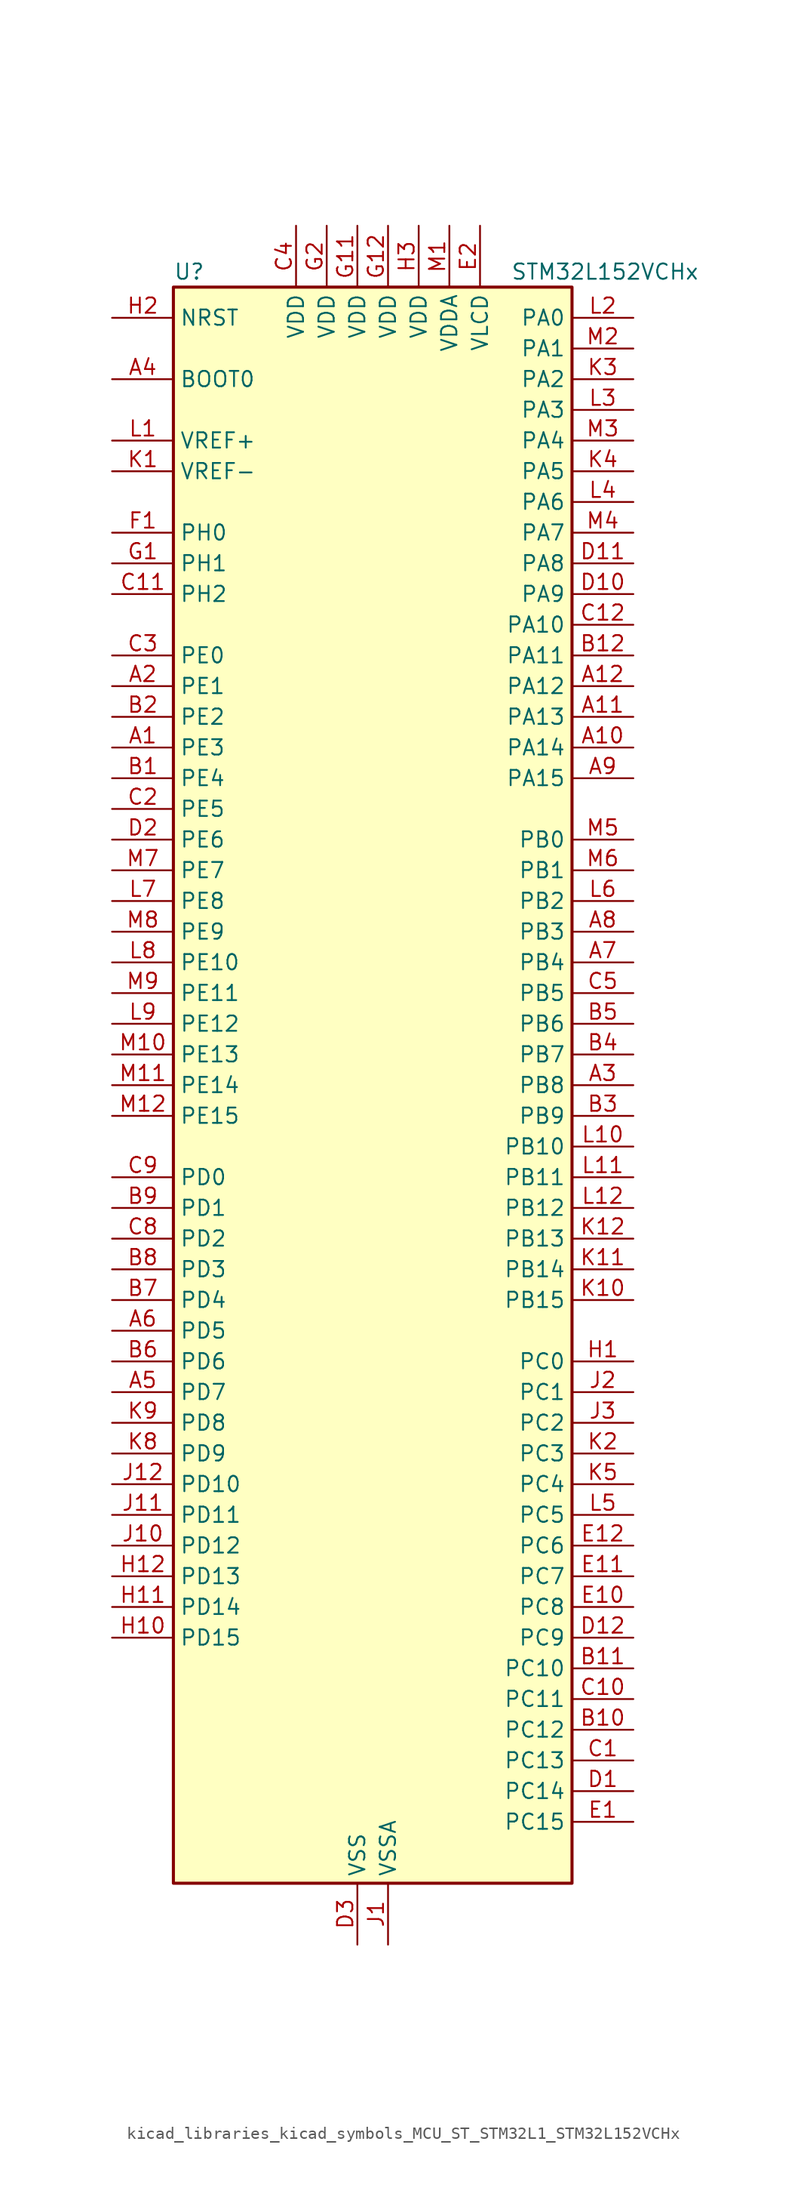
<source format=kicad_sym>
(kicad_symbol_lib
  (version 20220914)
  (generator kicad_symbol_editor)
  (symbol "kicad_libraries_kicad_symbols_MCU_ST_STM32L1_STM32L152VCHx"
    (property "Reference" "U"
      (at -15.24 67.31 0)
      (effects (font (size 1.27 1.27)) (justify left)))
    (property "Value" "STM32L152VCHx"
      (at 12.7 67.31 0)
      (effects (font (size 1.27 1.27)) (justify left)))
    (property "ki_locked" ""
      (at 0 0 0)
      (effects (font (size 1.27 1.27))))
    (symbol "kicad_libraries_kicad_symbols_MCU_ST_STM32L1_STM32L152VCHx_0_1"
      (rectangle (start -15.24 -66.04) (end 17.78 66.04) (stroke (width 0.254) (type default)) (fill (type background))))
    (symbol "kicad_libraries_kicad_symbols_MCU_ST_STM32L1_STM32L152VCHx_1_1"
      (pin bidirectional line (at -20.32 27.94 0) (length 5.08) (name "PE3" (effects (font (size 1.27 1.27)))) (number "A1" (effects (font (size 1.27 1.27)))) (alternate "LCD_SEG39" bidirectional line) (alternate "SYS_TRACED0" bidirectional line) (alternate "TIM3_CH1" bidirectional line) (alternate "TIMX_IC4" bidirectional line))
      (pin bidirectional line (at 22.86 27.94 180) (length 5.08) (name "PA14" (effects (font (size 1.27 1.27)))) (number "A10" (effects (font (size 1.27 1.27)))) (alternate "SYS_JTCK-SWCLK" bidirectional line) (alternate "TIMX_IC3" bidirectional line) (alternate "TS_G5_IO2" bidirectional line))
      (pin bidirectional line (at 22.86 30.48 180) (length 5.08) (name "PA13" (effects (font (size 1.27 1.27)))) (number "A11" (effects (font (size 1.27 1.27)))) (alternate "SYS_JTMS-SWDIO" bidirectional line) (alternate "TIMX_IC2" bidirectional line) (alternate "TS_G5_IO1" bidirectional line))
      (pin bidirectional line (at 22.86 33.02 180) (length 5.08) (name "PA12" (effects (font (size 1.27 1.27)))) (number "A12" (effects (font (size 1.27 1.27)))) (alternate "SPI1_MOSI" bidirectional line) (alternate "TIMX_IC1" bidirectional line) (alternate "USART1_RTS" bidirectional line) (alternate "USB_DP" bidirectional line))
      (pin bidirectional line (at -20.32 33.02 0) (length 5.08) (name "PE1" (effects (font (size 1.27 1.27)))) (number "A2" (effects (font (size 1.27 1.27)))) (alternate "LCD_SEG37" bidirectional line) (alternate "TIM11_CH1" bidirectional line) (alternate "TIMX_IC2" bidirectional line))
      (pin bidirectional line (at 22.86 0 180) (length 5.08) (name "PB8" (effects (font (size 1.27 1.27)))) (number "A3" (effects (font (size 1.27 1.27)))) (alternate "I2C1_SCL" bidirectional line) (alternate "LCD_SEG16" bidirectional line) (alternate "TIM10_CH1" bidirectional line) (alternate "TIM4_CH3" bidirectional line))
      (pin input line (at -20.32 58.42 0) (length 5.08) (name "BOOT0" (effects (font (size 1.27 1.27)))) (number "A4" (effects (font (size 1.27 1.27)))))
      (pin bidirectional line (at -20.32 -25.4 0) (length 5.08) (name "PD7" (effects (font (size 1.27 1.27)))) (number "A5" (effects (font (size 1.27 1.27)))) (alternate "TIM9_CH2" bidirectional line) (alternate "TIMX_IC4" bidirectional line) (alternate "USART2_CK" bidirectional line))
      (pin bidirectional line (at -20.32 -20.32 0) (length 5.08) (name "PD5" (effects (font (size 1.27 1.27)))) (number "A6" (effects (font (size 1.27 1.27)))) (alternate "TIMX_IC2" bidirectional line) (alternate "USART2_TX" bidirectional line))
      (pin bidirectional line (at 22.86 10.16 180) (length 5.08) (name "PB4" (effects (font (size 1.27 1.27)))) (number "A7" (effects (font (size 1.27 1.27)))) (alternate "COMP2_INP" bidirectional line) (alternate "LCD_SEG8" bidirectional line) (alternate "SPI1_MISO" bidirectional line) (alternate "SPI3_MISO" bidirectional line) (alternate "SYS_JTRST" bidirectional line) (alternate "TIM3_CH1" bidirectional line) (alternate "TS_G6_IO1" bidirectional line))
      (pin bidirectional line (at 22.86 12.7 180) (length 5.08) (name "PB3" (effects (font (size 1.27 1.27)))) (number "A8" (effects (font (size 1.27 1.27)))) (alternate "COMP2_INM" bidirectional line) (alternate "I2S3_CK" bidirectional line) (alternate "LCD_SEG7" bidirectional line) (alternate "SPI1_SCK" bidirectional line) (alternate "SPI3_SCK" bidirectional line) (alternate "SYS_JTDO-TRACESWO" bidirectional line) (alternate "TIM2_CH2" bidirectional line))
      (pin bidirectional line (at 22.86 25.4 180) (length 5.08) (name "PA15" (effects (font (size 1.27 1.27)))) (number "A9" (effects (font (size 1.27 1.27)))) (alternate "ADC_EXTI15" bidirectional line) (alternate "I2S3_WS" bidirectional line) (alternate "LCD_SEG17" bidirectional line) (alternate "SPI1_NSS" bidirectional line) (alternate "SPI3_NSS" bidirectional line) (alternate "SYS_JTDI" bidirectional line) (alternate "TIM2_CH1" bidirectional line) (alternate "TIM2_ETR" bidirectional line) (alternate "TIMX_IC4" bidirectional line) (alternate "TS_G5_IO3" bidirectional line))
      (pin bidirectional line (at -20.32 25.4 0) (length 5.08) (name "PE4" (effects (font (size 1.27 1.27)))) (number "B1" (effects (font (size 1.27 1.27)))) (alternate "SYS_TRACED1" bidirectional line) (alternate "TIM3_CH2" bidirectional line) (alternate "TIMX_IC1" bidirectional line))
      (pin bidirectional line (at 22.86 -53.34 180) (length 5.08) (name "PC12" (effects (font (size 1.27 1.27)))) (number "B10" (effects (font (size 1.27 1.27)))) (alternate "I2S3_SD" bidirectional line) (alternate "LCD_COM6" bidirectional line) (alternate "LCD_SEG30" bidirectional line) (alternate "LCD_SEG42" bidirectional line) (alternate "SPI3_MOSI" bidirectional line) (alternate "TIMX_IC1" bidirectional line) (alternate "USART3_CK" bidirectional line))
      (pin bidirectional line (at 22.86 -48.26 180) (length 5.08) (name "PC10" (effects (font (size 1.27 1.27)))) (number "B11" (effects (font (size 1.27 1.27)))) (alternate "I2S3_CK" bidirectional line) (alternate "LCD_COM4" bidirectional line) (alternate "LCD_SEG28" bidirectional line) (alternate "LCD_SEG40" bidirectional line) (alternate "SPI3_SCK" bidirectional line) (alternate "TIMX_IC3" bidirectional line) (alternate "USART3_TX" bidirectional line))
      (pin bidirectional line (at 22.86 35.56 180) (length 5.08) (name "PA11" (effects (font (size 1.27 1.27)))) (number "B12" (effects (font (size 1.27 1.27)))) (alternate "ADC_EXTI11" bidirectional line) (alternate "SPI1_MISO" bidirectional line) (alternate "TIMX_IC4" bidirectional line) (alternate "USART1_CTS" bidirectional line) (alternate "USB_DM" bidirectional line))
      (pin bidirectional line (at -20.32 30.48 0) (length 5.08) (name "PE2" (effects (font (size 1.27 1.27)))) (number "B2" (effects (font (size 1.27 1.27)))) (alternate "LCD_SEG38" bidirectional line) (alternate "SYS_TRACECK" bidirectional line) (alternate "TIM3_ETR" bidirectional line) (alternate "TIMX_IC3" bidirectional line))
      (pin bidirectional line (at 22.86 -2.54 180) (length 5.08) (name "PB9" (effects (font (size 1.27 1.27)))) (number "B3" (effects (font (size 1.27 1.27)))) (alternate "DAC_EXTI9" bidirectional line) (alternate "I2C1_SDA" bidirectional line) (alternate "LCD_COM3" bidirectional line) (alternate "TIM11_CH1" bidirectional line) (alternate "TIM4_CH4" bidirectional line))
      (pin bidirectional line (at 22.86 2.54 180) (length 5.08) (name "PB7" (effects (font (size 1.27 1.27)))) (number "B4" (effects (font (size 1.27 1.27)))) (alternate "COMP2_INP" bidirectional line) (alternate "I2C1_SDA" bidirectional line) (alternate "SYS_PVD_IN" bidirectional line) (alternate "TIM4_CH2" bidirectional line) (alternate "TS_G6_IO4" bidirectional line) (alternate "USART1_RX" bidirectional line))
      (pin bidirectional line (at 22.86 5.08 180) (length 5.08) (name "PB6" (effects (font (size 1.27 1.27)))) (number "B5" (effects (font (size 1.27 1.27)))) (alternate "COMP2_INP" bidirectional line) (alternate "I2C1_SCL" bidirectional line) (alternate "TIM4_CH1" bidirectional line) (alternate "TS_G6_IO3" bidirectional line) (alternate "USART1_TX" bidirectional line))
      (pin bidirectional line (at -20.32 -22.86 0) (length 5.08) (name "PD6" (effects (font (size 1.27 1.27)))) (number "B6" (effects (font (size 1.27 1.27)))) (alternate "TIMX_IC3" bidirectional line) (alternate "USART2_RX" bidirectional line))
      (pin bidirectional line (at -20.32 -17.78 0) (length 5.08) (name "PD4" (effects (font (size 1.27 1.27)))) (number "B7" (effects (font (size 1.27 1.27)))) (alternate "I2S2_SD" bidirectional line) (alternate "SPI2_MOSI" bidirectional line) (alternate "TIMX_IC1" bidirectional line) (alternate "USART2_RTS" bidirectional line))
      (pin bidirectional line (at -20.32 -15.24 0) (length 5.08) (name "PD3" (effects (font (size 1.27 1.27)))) (number "B8" (effects (font (size 1.27 1.27)))) (alternate "SPI2_MISO" bidirectional line) (alternate "TIMX_IC4" bidirectional line) (alternate "USART2_CTS" bidirectional line))
      (pin bidirectional line (at -20.32 -10.16 0) (length 5.08) (name "PD1" (effects (font (size 1.27 1.27)))) (number "B9" (effects (font (size 1.27 1.27)))) (alternate "I2S2_CK" bidirectional line) (alternate "SPI2_SCK" bidirectional line) (alternate "TIMX_IC2" bidirectional line))
      (pin bidirectional line (at 22.86 -55.88 180) (length 5.08) (name "PC13" (effects (font (size 1.27 1.27)))) (number "C1" (effects (font (size 1.27 1.27)))) (alternate "RTC_OUT_ALARM" bidirectional line) (alternate "RTC_OUT_CALIB" bidirectional line) (alternate "RTC_TAMP1" bidirectional line) (alternate "RTC_TS" bidirectional line) (alternate "SYS_WKUP2" bidirectional line) (alternate "TIMX_IC2" bidirectional line))
      (pin bidirectional line (at 22.86 -50.8 180) (length 5.08) (name "PC11" (effects (font (size 1.27 1.27)))) (number "C10" (effects (font (size 1.27 1.27)))) (alternate "ADC_EXTI11" bidirectional line) (alternate "LCD_COM5" bidirectional line) (alternate "LCD_SEG29" bidirectional line) (alternate "LCD_SEG41" bidirectional line) (alternate "SPI3_MISO" bidirectional line) (alternate "TIMX_IC4" bidirectional line) (alternate "USART3_RX" bidirectional line))
      (pin bidirectional line (at -20.32 40.64 0) (length 5.08) (name "PH2" (effects (font (size 1.27 1.27)))) (number "C11" (effects (font (size 1.27 1.27)))))
      (pin bidirectional line (at 22.86 38.1 180) (length 5.08) (name "PA10" (effects (font (size 1.27 1.27)))) (number "C12" (effects (font (size 1.27 1.27)))) (alternate "LCD_COM2" bidirectional line) (alternate "TIMX_IC3" bidirectional line) (alternate "TS_G4_IO3" bidirectional line) (alternate "USART1_RX" bidirectional line))
      (pin bidirectional line (at -20.32 22.86 0) (length 5.08) (name "PE5" (effects (font (size 1.27 1.27)))) (number "C2" (effects (font (size 1.27 1.27)))) (alternate "SYS_TRACED2" bidirectional line) (alternate "TIM9_CH1" bidirectional line) (alternate "TIMX_IC2" bidirectional line))
      (pin bidirectional line (at -20.32 35.56 0) (length 5.08) (name "PE0" (effects (font (size 1.27 1.27)))) (number "C3" (effects (font (size 1.27 1.27)))) (alternate "LCD_SEG36" bidirectional line) (alternate "TIM10_CH1" bidirectional line) (alternate "TIM4_ETR" bidirectional line) (alternate "TIMX_IC1" bidirectional line))
      (pin power_in line (at -5.08 71.12 270) (length 5.08) (name "VDD" (effects (font (size 1.27 1.27)))) (number "C4" (effects (font (size 1.27 1.27)))))
      (pin bidirectional line (at 22.86 7.62 180) (length 5.08) (name "PB5" (effects (font (size 1.27 1.27)))) (number "C5" (effects (font (size 1.27 1.27)))) (alternate "COMP2_INP" bidirectional line) (alternate "I2C1_SMBA" bidirectional line) (alternate "I2S3_SD" bidirectional line) (alternate "LCD_SEG9" bidirectional line) (alternate "SPI1_MOSI" bidirectional line) (alternate "SPI3_MOSI" bidirectional line) (alternate "TIM3_CH2" bidirectional line) (alternate "TS_G6_IO2" bidirectional line))
      (pin bidirectional line (at -20.32 -12.7 0) (length 5.08) (name "PD2" (effects (font (size 1.27 1.27)))) (number "C8" (effects (font (size 1.27 1.27)))) (alternate "LCD_COM7" bidirectional line) (alternate "LCD_SEG31" bidirectional line) (alternate "LCD_SEG43" bidirectional line) (alternate "TIM3_ETR" bidirectional line) (alternate "TIMX_IC3" bidirectional line))
      (pin bidirectional line (at -20.32 -7.62 0) (length 5.08) (name "PD0" (effects (font (size 1.27 1.27)))) (number "C9" (effects (font (size 1.27 1.27)))) (alternate "I2S2_WS" bidirectional line) (alternate "SPI2_NSS" bidirectional line) (alternate "TIM9_CH1" bidirectional line) (alternate "TIMX_IC1" bidirectional line))
      (pin bidirectional line (at 22.86 -58.42 180) (length 5.08) (name "PC14" (effects (font (size 1.27 1.27)))) (number "D1" (effects (font (size 1.27 1.27)))) (alternate "RCC_OSC32_IN" bidirectional line) (alternate "TIMX_IC3" bidirectional line))
      (pin bidirectional line (at 22.86 40.64 180) (length 5.08) (name "PA9" (effects (font (size 1.27 1.27)))) (number "D10" (effects (font (size 1.27 1.27)))) (alternate "DAC_EXTI9" bidirectional line) (alternate "LCD_COM1" bidirectional line) (alternate "TIMX_IC2" bidirectional line) (alternate "TS_G4_IO2" bidirectional line) (alternate "USART1_TX" bidirectional line))
      (pin bidirectional line (at 22.86 43.18 180) (length 5.08) (name "PA8" (effects (font (size 1.27 1.27)))) (number "D11" (effects (font (size 1.27 1.27)))) (alternate "LCD_COM0" bidirectional line) (alternate "RCC_MCO" bidirectional line) (alternate "TIMX_IC1" bidirectional line) (alternate "TS_G4_IO1" bidirectional line) (alternate "USART1_CK" bidirectional line))
      (pin bidirectional line (at 22.86 -45.72 180) (length 5.08) (name "PC9" (effects (font (size 1.27 1.27)))) (number "D12" (effects (font (size 1.27 1.27)))) (alternate "DAC_EXTI9" bidirectional line) (alternate "LCD_SEG27" bidirectional line) (alternate "TIM3_CH4" bidirectional line) (alternate "TIMX_IC2" bidirectional line) (alternate "TS_G10_IO4" bidirectional line))
      (pin bidirectional line (at -20.32 20.32 0) (length 5.08) (name "PE6" (effects (font (size 1.27 1.27)))) (number "D2" (effects (font (size 1.27 1.27)))) (alternate "RTC_TAMP3" bidirectional line) (alternate "SYS_TRACED3" bidirectional line) (alternate "SYS_WKUP3" bidirectional line) (alternate "TIM9_CH2" bidirectional line) (alternate "TIMX_IC3" bidirectional line))
      (pin power_in line (at 0 -71.12 90) (length 5.08) (name "VSS" (effects (font (size 1.27 1.27)))) (number "D3" (effects (font (size 1.27 1.27)))))
      (pin bidirectional line (at 22.86 -60.96 180) (length 5.08) (name "PC15" (effects (font (size 1.27 1.27)))) (number "E1" (effects (font (size 1.27 1.27)))) (alternate "ADC_EXTI15" bidirectional line) (alternate "RCC_OSC32_OUT" bidirectional line) (alternate "TIMX_IC4" bidirectional line))
      (pin bidirectional line (at 22.86 -43.18 180) (length 5.08) (name "PC8" (effects (font (size 1.27 1.27)))) (number "E10" (effects (font (size 1.27 1.27)))) (alternate "LCD_SEG26" bidirectional line) (alternate "TIM3_CH3" bidirectional line) (alternate "TIMX_IC1" bidirectional line) (alternate "TS_G10_IO3" bidirectional line))
      (pin bidirectional line (at 22.86 -40.64 180) (length 5.08) (name "PC7" (effects (font (size 1.27 1.27)))) (number "E11" (effects (font (size 1.27 1.27)))) (alternate "I2S3_MCK" bidirectional line) (alternate "LCD_SEG25" bidirectional line) (alternate "TIM3_CH2" bidirectional line) (alternate "TIMX_IC4" bidirectional line) (alternate "TS_G10_IO2" bidirectional line))
      (pin bidirectional line (at 22.86 -38.1 180) (length 5.08) (name "PC6" (effects (font (size 1.27 1.27)))) (number "E12" (effects (font (size 1.27 1.27)))) (alternate "I2S2_MCK" bidirectional line) (alternate "LCD_SEG24" bidirectional line) (alternate "TIM3_CH1" bidirectional line) (alternate "TIMX_IC3" bidirectional line) (alternate "TS_G10_IO1" bidirectional line))
      (pin power_in line (at 10.16 71.12 270) (length 5.08) (name "VLCD" (effects (font (size 1.27 1.27)))) (number "E2" (effects (font (size 1.27 1.27)))))
      (pin passive line (at 0 -71.12 90) (length 5.08) hide (name "VSS" (effects (font (size 1.27 1.27)))) (number "E3" (effects (font (size 1.27 1.27)))))
      (pin bidirectional line (at -20.32 45.72 0) (length 5.08) (name "PH0" (effects (font (size 1.27 1.27)))) (number "F1" (effects (font (size 1.27 1.27)))) (alternate "RCC_OSC_IN" bidirectional line))
      (pin passive line (at 0 -71.12 90) (length 5.08) hide (name "VSS" (effects (font (size 1.27 1.27)))) (number "F11" (effects (font (size 1.27 1.27)))))
      (pin passive line (at 0 -71.12 90) (length 5.08) hide (name "VSS" (effects (font (size 1.27 1.27)))) (number "F12" (effects (font (size 1.27 1.27)))))
      (pin passive line (at 0 -71.12 90) (length 5.08) hide (name "VSS" (effects (font (size 1.27 1.27)))) (number "F2" (effects (font (size 1.27 1.27)))))
      (pin bidirectional line (at -20.32 43.18 0) (length 5.08) (name "PH1" (effects (font (size 1.27 1.27)))) (number "G1" (effects (font (size 1.27 1.27)))) (alternate "RCC_OSC_OUT" bidirectional line))
      (pin power_in line (at 0 71.12 270) (length 5.08) (name "VDD" (effects (font (size 1.27 1.27)))) (number "G11" (effects (font (size 1.27 1.27)))))
      (pin power_in line (at 2.54 71.12 270) (length 5.08) (name "VDD" (effects (font (size 1.27 1.27)))) (number "G12" (effects (font (size 1.27 1.27)))))
      (pin power_in line (at -2.54 71.12 270) (length 5.08) (name "VDD" (effects (font (size 1.27 1.27)))) (number "G2" (effects (font (size 1.27 1.27)))))
      (pin bidirectional line (at 22.86 -22.86 180) (length 5.08) (name "PC0" (effects (font (size 1.27 1.27)))) (number "H1" (effects (font (size 1.27 1.27)))) (alternate "ADC_IN10" bidirectional line) (alternate "COMP1_INP" bidirectional line) (alternate "LCD_SEG18" bidirectional line) (alternate "TIMX_IC1" bidirectional line) (alternate "TS_G8_IO1" bidirectional line))
      (pin bidirectional line (at -20.32 -45.72 0) (length 5.08) (name "PD15" (effects (font (size 1.27 1.27)))) (number "H10" (effects (font (size 1.27 1.27)))) (alternate "ADC_EXTI15" bidirectional line) (alternate "LCD_SEG35" bidirectional line) (alternate "TIM4_CH4" bidirectional line) (alternate "TIMX_IC4" bidirectional line))
      (pin bidirectional line (at -20.32 -43.18 0) (length 5.08) (name "PD14" (effects (font (size 1.27 1.27)))) (number "H11" (effects (font (size 1.27 1.27)))) (alternate "LCD_SEG34" bidirectional line) (alternate "TIM4_CH3" bidirectional line) (alternate "TIMX_IC3" bidirectional line))
      (pin bidirectional line (at -20.32 -40.64 0) (length 5.08) (name "PD13" (effects (font (size 1.27 1.27)))) (number "H12" (effects (font (size 1.27 1.27)))) (alternate "LCD_SEG33" bidirectional line) (alternate "TIM4_CH2" bidirectional line) (alternate "TIMX_IC2" bidirectional line))
      (pin input line (at -20.32 63.5 0) (length 5.08) (name "NRST" (effects (font (size 1.27 1.27)))) (number "H2" (effects (font (size 1.27 1.27)))))
      (pin power_in line (at 5.08 71.12 270) (length 5.08) (name "VDD" (effects (font (size 1.27 1.27)))) (number "H3" (effects (font (size 1.27 1.27)))))
      (pin power_in line (at 2.54 -71.12 90) (length 5.08) (name "VSSA" (effects (font (size 1.27 1.27)))) (number "J1" (effects (font (size 1.27 1.27)))))
      (pin bidirectional line (at -20.32 -38.1 0) (length 5.08) (name "PD12" (effects (font (size 1.27 1.27)))) (number "J10" (effects (font (size 1.27 1.27)))) (alternate "LCD_SEG32" bidirectional line) (alternate "TIM4_CH1" bidirectional line) (alternate "TIMX_IC1" bidirectional line) (alternate "USART3_RTS" bidirectional line))
      (pin bidirectional line (at -20.32 -35.56 0) (length 5.08) (name "PD11" (effects (font (size 1.27 1.27)))) (number "J11" (effects (font (size 1.27 1.27)))) (alternate "ADC_EXTI11" bidirectional line) (alternate "LCD_SEG31" bidirectional line) (alternate "TIMX_IC4" bidirectional line) (alternate "USART3_CTS" bidirectional line))
      (pin bidirectional line (at -20.32 -33.02 0) (length 5.08) (name "PD10" (effects (font (size 1.27 1.27)))) (number "J12" (effects (font (size 1.27 1.27)))) (alternate "LCD_SEG30" bidirectional line) (alternate "TIMX_IC3" bidirectional line) (alternate "USART3_CK" bidirectional line))
      (pin bidirectional line (at 22.86 -25.4 180) (length 5.08) (name "PC1" (effects (font (size 1.27 1.27)))) (number "J2" (effects (font (size 1.27 1.27)))) (alternate "ADC_IN11" bidirectional line) (alternate "COMP1_INP" bidirectional line) (alternate "LCD_SEG19" bidirectional line) (alternate "TIMX_IC2" bidirectional line) (alternate "TS_G8_IO2" bidirectional line))
      (pin bidirectional line (at 22.86 -27.94 180) (length 5.08) (name "PC2" (effects (font (size 1.27 1.27)))) (number "J3" (effects (font (size 1.27 1.27)))) (alternate "ADC_IN12" bidirectional line) (alternate "COMP1_INP" bidirectional line) (alternate "LCD_SEG20" bidirectional line) (alternate "TIMX_IC3" bidirectional line) (alternate "TS_G8_IO3" bidirectional line))
      (pin input line (at -20.32 50.8 0) (length 5.08) (name "VREF-" (effects (font (size 1.27 1.27)))) (number "K1" (effects (font (size 1.27 1.27)))))
      (pin bidirectional line (at 22.86 -17.78 180) (length 5.08) (name "PB15" (effects (font (size 1.27 1.27)))) (number "K10" (effects (font (size 1.27 1.27)))) (alternate "ADC_EXTI15" bidirectional line) (alternate "ADC_IN21" bidirectional line) (alternate "COMP1_INP" bidirectional line) (alternate "I2S2_SD" bidirectional line) (alternate "LCD_SEG15" bidirectional line) (alternate "RTC_REFIN" bidirectional line) (alternate "SPI2_MOSI" bidirectional line) (alternate "TIM11_CH1" bidirectional line) (alternate "TS_G7_IO4" bidirectional line))
      (pin bidirectional line (at 22.86 -15.24 180) (length 5.08) (name "PB14" (effects (font (size 1.27 1.27)))) (number "K11" (effects (font (size 1.27 1.27)))) (alternate "ADC_IN20" bidirectional line) (alternate "COMP1_INP" bidirectional line) (alternate "LCD_SEG14" bidirectional line) (alternate "SPI2_MISO" bidirectional line) (alternate "TIM9_CH2" bidirectional line) (alternate "TS_G7_IO3" bidirectional line) (alternate "USART3_RTS" bidirectional line))
      (pin bidirectional line (at 22.86 -12.7 180) (length 5.08) (name "PB13" (effects (font (size 1.27 1.27)))) (number "K12" (effects (font (size 1.27 1.27)))) (alternate "ADC_IN19" bidirectional line) (alternate "COMP1_INP" bidirectional line) (alternate "I2S2_CK" bidirectional line) (alternate "LCD_SEG13" bidirectional line) (alternate "SPI2_SCK" bidirectional line) (alternate "TIM9_CH1" bidirectional line) (alternate "TS_G7_IO2" bidirectional line) (alternate "USART3_CTS" bidirectional line))
      (pin bidirectional line (at 22.86 -30.48 180) (length 5.08) (name "PC3" (effects (font (size 1.27 1.27)))) (number "K2" (effects (font (size 1.27 1.27)))) (alternate "ADC_IN13" bidirectional line) (alternate "COMP1_INP" bidirectional line) (alternate "LCD_SEG21" bidirectional line) (alternate "TIMX_IC4" bidirectional line) (alternate "TS_G8_IO4" bidirectional line))
      (pin bidirectional line (at 22.86 58.42 180) (length 5.08) (name "PA2" (effects (font (size 1.27 1.27)))) (number "K3" (effects (font (size 1.27 1.27)))) (alternate "ADC_IN2" bidirectional line) (alternate "COMP1_INP" bidirectional line) (alternate "LCD_SEG1" bidirectional line) (alternate "OPAMP1_VINM" bidirectional line) (alternate "TIM2_CH3" bidirectional line) (alternate "TIM5_CH3" bidirectional line) (alternate "TIM9_CH1" bidirectional line) (alternate "TIMX_IC3" bidirectional line) (alternate "TS_G1_IO3" bidirectional line) (alternate "USART2_TX" bidirectional line))
      (pin bidirectional line (at 22.86 50.8 180) (length 5.08) (name "PA5" (effects (font (size 1.27 1.27)))) (number "K4" (effects (font (size 1.27 1.27)))) (alternate "ADC_IN5" bidirectional line) (alternate "COMP1_INP" bidirectional line) (alternate "DAC_OUT2" bidirectional line) (alternate "SPI1_SCK" bidirectional line) (alternate "TIM2_CH1" bidirectional line) (alternate "TIM2_ETR" bidirectional line) (alternate "TIMX_IC2" bidirectional line))
      (pin bidirectional line (at 22.86 -33.02 180) (length 5.08) (name "PC4" (effects (font (size 1.27 1.27)))) (number "K5" (effects (font (size 1.27 1.27)))) (alternate "ADC_IN14" bidirectional line) (alternate "COMP1_INP" bidirectional line) (alternate "LCD_SEG22" bidirectional line) (alternate "TIMX_IC1" bidirectional line) (alternate "TS_G9_IO1" bidirectional line))
      (pin bidirectional line (at -20.32 -30.48 0) (length 5.08) (name "PD9" (effects (font (size 1.27 1.27)))) (number "K8" (effects (font (size 1.27 1.27)))) (alternate "DAC_EXTI9" bidirectional line) (alternate "LCD_SEG29" bidirectional line) (alternate "TIMX_IC2" bidirectional line) (alternate "USART3_RX" bidirectional line))
      (pin bidirectional line (at -20.32 -27.94 0) (length 5.08) (name "PD8" (effects (font (size 1.27 1.27)))) (number "K9" (effects (font (size 1.27 1.27)))) (alternate "LCD_SEG28" bidirectional line) (alternate "TIMX_IC1" bidirectional line) (alternate "USART3_TX" bidirectional line))
      (pin input line (at -20.32 53.34 0) (length 5.08) (name "VREF+" (effects (font (size 1.27 1.27)))) (number "L1" (effects (font (size 1.27 1.27)))))
      (pin bidirectional line (at 22.86 -5.08 180) (length 5.08) (name "PB10" (effects (font (size 1.27 1.27)))) (number "L10" (effects (font (size 1.27 1.27)))) (alternate "I2C2_SCL" bidirectional line) (alternate "LCD_SEG10" bidirectional line) (alternate "TIM2_CH3" bidirectional line) (alternate "USART3_TX" bidirectional line))
      (pin bidirectional line (at 22.86 -7.62 180) (length 5.08) (name "PB11" (effects (font (size 1.27 1.27)))) (number "L11" (effects (font (size 1.27 1.27)))) (alternate "ADC_EXTI11" bidirectional line) (alternate "I2C2_SDA" bidirectional line) (alternate "LCD_SEG11" bidirectional line) (alternate "TIM2_CH4" bidirectional line) (alternate "USART3_RX" bidirectional line))
      (pin bidirectional line (at 22.86 -10.16 180) (length 5.08) (name "PB12" (effects (font (size 1.27 1.27)))) (number "L12" (effects (font (size 1.27 1.27)))) (alternate "ADC_IN18" bidirectional line) (alternate "COMP1_INP" bidirectional line) (alternate "I2C2_SMBA" bidirectional line) (alternate "I2S2_WS" bidirectional line) (alternate "LCD_SEG12" bidirectional line) (alternate "SPI2_NSS" bidirectional line) (alternate "TIM10_CH1" bidirectional line) (alternate "TS_G7_IO1" bidirectional line) (alternate "USART3_CK" bidirectional line))
      (pin bidirectional line (at 22.86 63.5 180) (length 5.08) (name "PA0" (effects (font (size 1.27 1.27)))) (number "L2" (effects (font (size 1.27 1.27)))) (alternate "ADC_IN0" bidirectional line) (alternate "COMP1_INP" bidirectional line) (alternate "RTC_TAMP2" bidirectional line) (alternate "SYS_WKUP1" bidirectional line) (alternate "TIM2_CH1" bidirectional line) (alternate "TIM2_ETR" bidirectional line) (alternate "TIM5_CH1" bidirectional line) (alternate "TIMX_IC1" bidirectional line) (alternate "TS_G1_IO1" bidirectional line) (alternate "USART2_CTS" bidirectional line))
      (pin bidirectional line (at 22.86 55.88 180) (length 5.08) (name "PA3" (effects (font (size 1.27 1.27)))) (number "L3" (effects (font (size 1.27 1.27)))) (alternate "ADC_IN3" bidirectional line) (alternate "COMP1_INP" bidirectional line) (alternate "LCD_SEG2" bidirectional line) (alternate "OPAMP1_VOUT" bidirectional line) (alternate "TIM2_CH4" bidirectional line) (alternate "TIM5_CH4" bidirectional line) (alternate "TIM9_CH2" bidirectional line) (alternate "TIMX_IC4" bidirectional line) (alternate "TS_G1_IO4" bidirectional line) (alternate "USART2_RX" bidirectional line))
      (pin bidirectional line (at 22.86 48.26 180) (length 5.08) (name "PA6" (effects (font (size 1.27 1.27)))) (number "L4" (effects (font (size 1.27 1.27)))) (alternate "ADC_IN6" bidirectional line) (alternate "COMP1_INP" bidirectional line) (alternate "LCD_SEG3" bidirectional line) (alternate "OPAMP2_VINP" bidirectional line) (alternate "SPI1_MISO" bidirectional line) (alternate "TIM10_CH1" bidirectional line) (alternate "TIM3_CH1" bidirectional line) (alternate "TIMX_IC3" bidirectional line) (alternate "TS_G2_IO1" bidirectional line))
      (pin bidirectional line (at 22.86 -35.56 180) (length 5.08) (name "PC5" (effects (font (size 1.27 1.27)))) (number "L5" (effects (font (size 1.27 1.27)))) (alternate "ADC_IN15" bidirectional line) (alternate "COMP1_INP" bidirectional line) (alternate "LCD_SEG23" bidirectional line) (alternate "TIMX_IC2" bidirectional line) (alternate "TS_G9_IO2" bidirectional line))
      (pin bidirectional line (at 22.86 15.24 180) (length 5.08) (name "PB2" (effects (font (size 1.27 1.27)))) (number "L6" (effects (font (size 1.27 1.27)))) (alternate "TS_G3_IO3" bidirectional line))
      (pin bidirectional line (at -20.32 15.24 0) (length 5.08) (name "PE8" (effects (font (size 1.27 1.27)))) (number "L7" (effects (font (size 1.27 1.27)))) (alternate "ADC_IN23" bidirectional line) (alternate "COMP1_INP" bidirectional line) (alternate "TIMX_IC1" bidirectional line))
      (pin bidirectional line (at -20.32 10.16 0) (length 5.08) (name "PE10" (effects (font (size 1.27 1.27)))) (number "L8" (effects (font (size 1.27 1.27)))) (alternate "ADC_IN25" bidirectional line) (alternate "COMP1_INP" bidirectional line) (alternate "TIM2_CH2" bidirectional line) (alternate "TIMX_IC3" bidirectional line))
      (pin bidirectional line (at -20.32 5.08 0) (length 5.08) (name "PE12" (effects (font (size 1.27 1.27)))) (number "L9" (effects (font (size 1.27 1.27)))) (alternate "SPI1_NSS" bidirectional line) (alternate "TIM2_CH4" bidirectional line) (alternate "TIMX_IC1" bidirectional line))
      (pin power_in line (at 7.62 71.12 270) (length 5.08) (name "VDDA" (effects (font (size 1.27 1.27)))) (number "M1" (effects (font (size 1.27 1.27)))))
      (pin bidirectional line (at -20.32 2.54 0) (length 5.08) (name "PE13" (effects (font (size 1.27 1.27)))) (number "M10" (effects (font (size 1.27 1.27)))) (alternate "SPI1_SCK" bidirectional line) (alternate "TIMX_IC2" bidirectional line))
      (pin bidirectional line (at -20.32 0 0) (length 5.08) (name "PE14" (effects (font (size 1.27 1.27)))) (number "M11" (effects (font (size 1.27 1.27)))) (alternate "SPI1_MISO" bidirectional line) (alternate "TIMX_IC3" bidirectional line))
      (pin bidirectional line (at -20.32 -2.54 0) (length 5.08) (name "PE15" (effects (font (size 1.27 1.27)))) (number "M12" (effects (font (size 1.27 1.27)))) (alternate "ADC_EXTI15" bidirectional line) (alternate "SPI1_MOSI" bidirectional line) (alternate "TIMX_IC4" bidirectional line))
      (pin bidirectional line (at 22.86 60.96 180) (length 5.08) (name "PA1" (effects (font (size 1.27 1.27)))) (number "M2" (effects (font (size 1.27 1.27)))) (alternate "ADC_IN1" bidirectional line) (alternate "COMP1_INP" bidirectional line) (alternate "LCD_SEG0" bidirectional line) (alternate "OPAMP1_VINP" bidirectional line) (alternate "TIM2_CH2" bidirectional line) (alternate "TIM5_CH2" bidirectional line) (alternate "TIMX_IC2" bidirectional line) (alternate "TS_G1_IO2" bidirectional line) (alternate "USART2_RTS" bidirectional line))
      (pin bidirectional line (at 22.86 53.34 180) (length 5.08) (name "PA4" (effects (font (size 1.27 1.27)))) (number "M3" (effects (font (size 1.27 1.27)))) (alternate "ADC_IN4" bidirectional line) (alternate "COMP1_INP" bidirectional line) (alternate "DAC_OUT1" bidirectional line) (alternate "I2S3_WS" bidirectional line) (alternate "SPI1_NSS" bidirectional line) (alternate "SPI3_NSS" bidirectional line) (alternate "TIMX_IC1" bidirectional line) (alternate "USART2_CK" bidirectional line))
      (pin bidirectional line (at 22.86 45.72 180) (length 5.08) (name "PA7" (effects (font (size 1.27 1.27)))) (number "M4" (effects (font (size 1.27 1.27)))) (alternate "ADC_IN7" bidirectional line) (alternate "COMP1_INP" bidirectional line) (alternate "LCD_SEG4" bidirectional line) (alternate "OPAMP2_VINM" bidirectional line) (alternate "SPI1_MOSI" bidirectional line) (alternate "TIM11_CH1" bidirectional line) (alternate "TIM3_CH2" bidirectional line) (alternate "TIMX_IC4" bidirectional line) (alternate "TS_G2_IO2" bidirectional line))
      (pin bidirectional line (at 22.86 20.32 180) (length 5.08) (name "PB0" (effects (font (size 1.27 1.27)))) (number "M5" (effects (font (size 1.27 1.27)))) (alternate "ADC_IN8" bidirectional line) (alternate "COMP1_INP" bidirectional line) (alternate "LCD_SEG5" bidirectional line) (alternate "OPAMP2_VOUT" bidirectional line) (alternate "SYS_V_REF_OUT" bidirectional line) (alternate "TIM3_CH3" bidirectional line) (alternate "TS_G3_IO1" bidirectional line))
      (pin bidirectional line (at 22.86 17.78 180) (length 5.08) (name "PB1" (effects (font (size 1.27 1.27)))) (number "M6" (effects (font (size 1.27 1.27)))) (alternate "ADC_IN9" bidirectional line) (alternate "COMP1_INP" bidirectional line) (alternate "LCD_SEG6" bidirectional line) (alternate "SYS_V_REF_OUT" bidirectional line) (alternate "TIM3_CH4" bidirectional line) (alternate "TS_G3_IO2" bidirectional line))
      (pin bidirectional line (at -20.32 17.78 0) (length 5.08) (name "PE7" (effects (font (size 1.27 1.27)))) (number "M7" (effects (font (size 1.27 1.27)))) (alternate "ADC_IN22" bidirectional line) (alternate "COMP1_INP" bidirectional line) (alternate "TIMX_IC4" bidirectional line))
      (pin bidirectional line (at -20.32 12.7 0) (length 5.08) (name "PE9" (effects (font (size 1.27 1.27)))) (number "M8" (effects (font (size 1.27 1.27)))) (alternate "ADC_IN24" bidirectional line) (alternate "COMP1_INP" bidirectional line) (alternate "DAC_EXTI9" bidirectional line) (alternate "TIM2_CH1" bidirectional line) (alternate "TIM2_ETR" bidirectional line) (alternate "TIM5_ETR" bidirectional line) (alternate "TIMX_IC2" bidirectional line))
      (pin bidirectional line (at -20.32 7.62 0) (length 5.08) (name "PE11" (effects (font (size 1.27 1.27)))) (number "M9" (effects (font (size 1.27 1.27)))) (alternate "ADC_EXTI11" bidirectional line) (alternate "TIM2_CH3" bidirectional line) (alternate "TIMX_IC4" bidirectional line)))))
</source>
